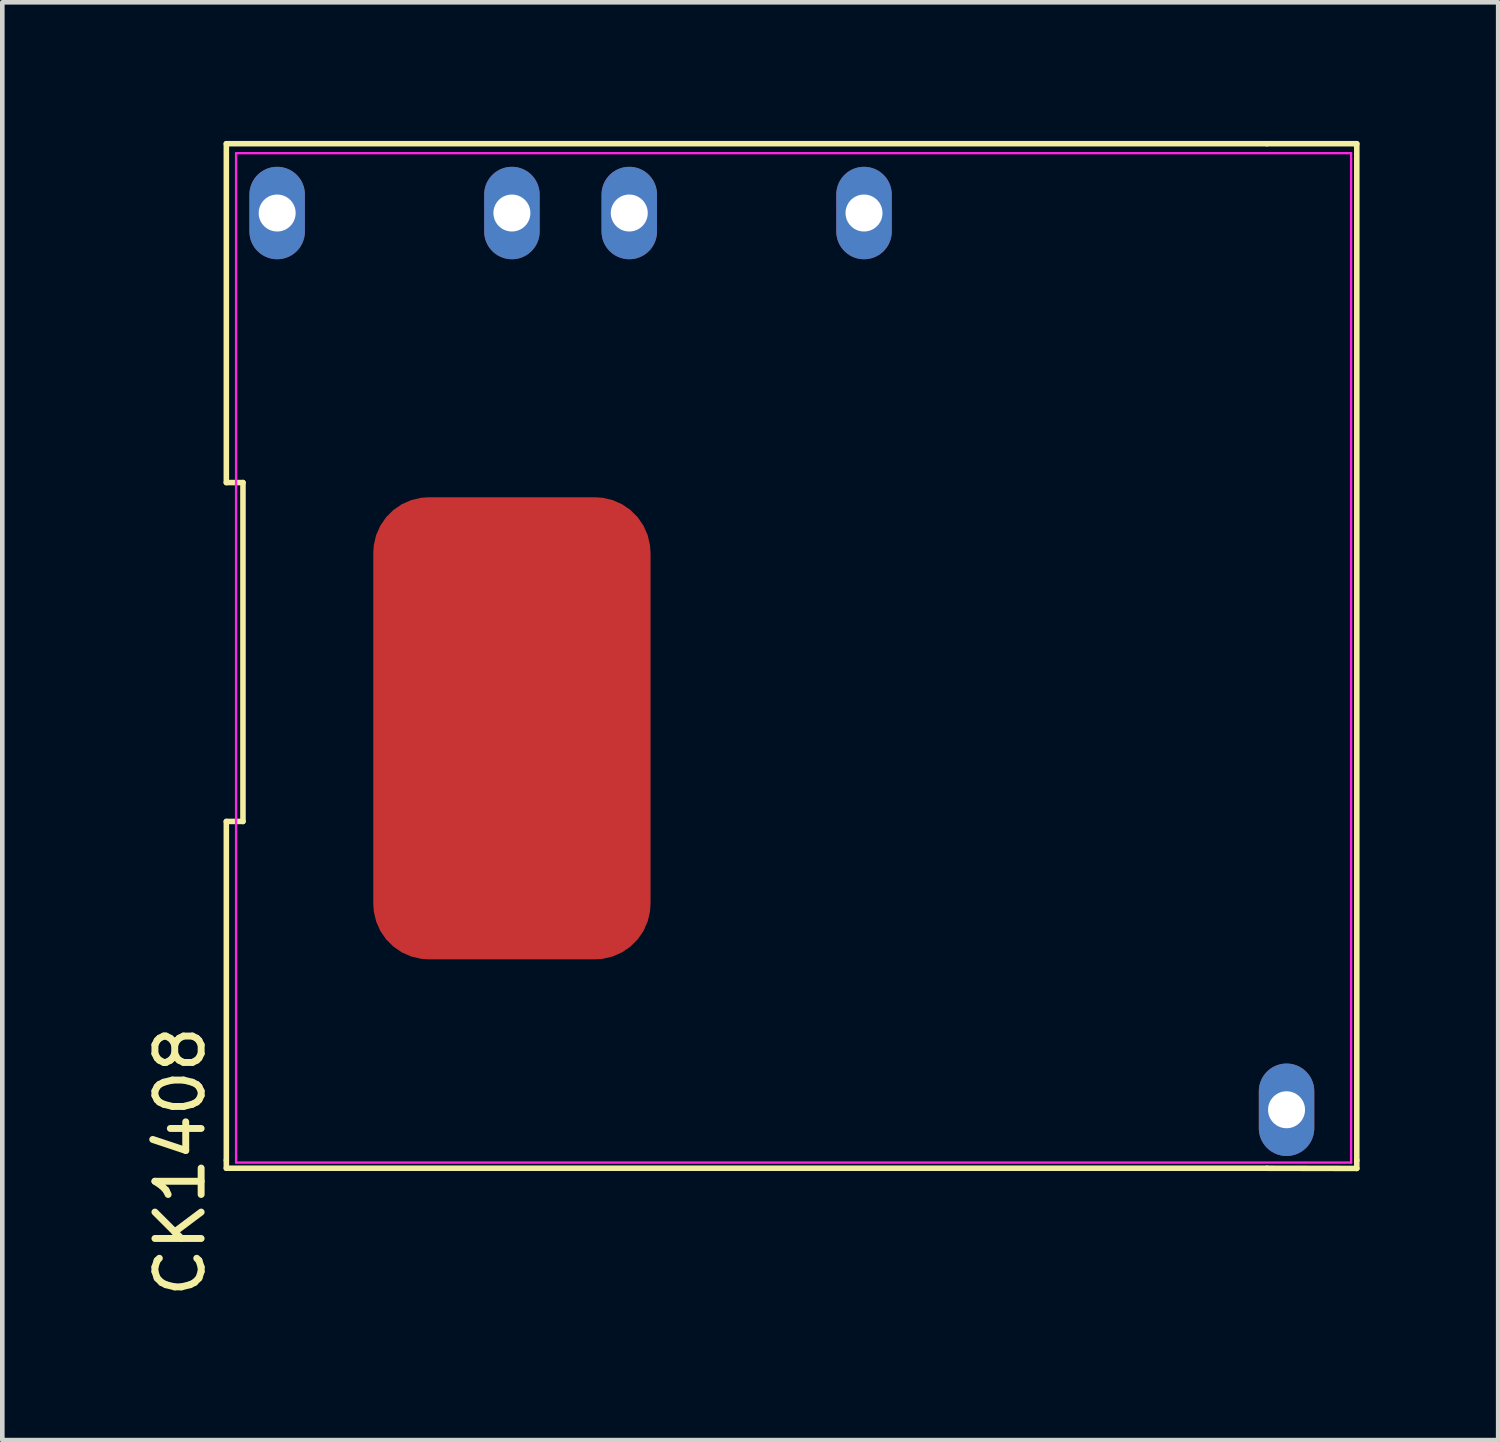
<source format=kicad_pcb>
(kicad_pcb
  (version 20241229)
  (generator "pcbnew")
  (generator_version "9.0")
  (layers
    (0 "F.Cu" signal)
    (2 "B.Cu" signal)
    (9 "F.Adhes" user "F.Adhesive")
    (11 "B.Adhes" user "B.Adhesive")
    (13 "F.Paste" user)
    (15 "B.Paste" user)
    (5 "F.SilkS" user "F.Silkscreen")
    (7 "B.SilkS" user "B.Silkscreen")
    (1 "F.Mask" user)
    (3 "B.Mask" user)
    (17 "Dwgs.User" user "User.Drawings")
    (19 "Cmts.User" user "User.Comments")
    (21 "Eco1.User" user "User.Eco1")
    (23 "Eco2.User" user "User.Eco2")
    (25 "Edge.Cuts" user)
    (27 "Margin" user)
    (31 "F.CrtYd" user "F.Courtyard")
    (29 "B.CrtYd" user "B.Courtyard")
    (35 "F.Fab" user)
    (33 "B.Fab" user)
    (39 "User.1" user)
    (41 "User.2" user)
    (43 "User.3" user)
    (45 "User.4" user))
  (footprint "CK1408"
    (layer "F.Cu")
    (at 13.108 11.06)
    (property "Reference" "CK1408" (at -12.26 11.025 90) (layer "F.SilkS") (effects (font (size 1 1) (thickness 0.15))))
    (fp_line (start -11.26 -11) (end -11.26 -3.667) (stroke (width 0.12) (type solid)) (layer "F.SilkS"))
    (fp_line (start -11.26 -3.667) (end -10.9 -3.667) (stroke (width 0.12) (type solid)) (layer "F.SilkS"))
    (fp_line (start -11.26 3.667) (end -11.26 11) (stroke (width 0.12) (type solid)) (layer "F.SilkS"))
    (fp_line (start -11.26 11) (end -11.26 11.172) (stroke (width 0.12) (type solid)) (layer "F.SilkS"))
    (fp_line (start -11.26 11.172) (end 11.26 11.172) (stroke (width 0.12) (type solid)) (layer "F.SilkS"))
    (fp_line (start -10.9 -3.667) (end -10.9 3.667) (stroke (width 0.12) (type solid)) (layer "F.SilkS"))
    (fp_line (start -10.9 3.667) (end -11.26 3.667) (stroke (width 0.12) (type solid)) (layer "F.SilkS"))
    (fp_line (start 11.26 -11) (end -11.26 -11) (stroke (width 0.12) (type solid)) (layer "F.SilkS"))
    (fp_line (start 11.26 -11) (end 13.157 -11) (stroke (width 0.12) (type solid)) (layer "F.SilkS"))
    (fp_line (start 11.26 11.172) (end 13.204 11.176) (stroke (width 0.12) (type solid)) (layer "F.SilkS"))
    (fp_line (start 13.157 -11) (end 13.204 -11) (stroke (width 0.12) (type solid)) (layer "F.SilkS"))
    (fp_line (start 13.204 11) (end 13.204 -11) (stroke (width 0.12) (type solid)) (layer "F.SilkS"))
    (fp_line (start 13.204 11) (end 13.204 11.176) (stroke (width 0.12) (type solid)) (layer "F.SilkS"))
    (fp_line (start -11.049 -10.795) (end 13.081 -10.795) (stroke (width 0.05) (type solid)) (layer "F.CrtYd"))
    (fp_line (start -11.049 11.049) (end -11.049 -10.795) (stroke (width 0.05) (type solid)) (layer "F.CrtYd"))
    (fp_line (start 13.081 -10.795) (end 13.081 11.049) (stroke (width 0.05) (type solid)) (layer "F.CrtYd"))
    (fp_line (start 13.081 11.049) (end -11.049 11.049) (stroke (width 0.05) (type solid)) (layer "F.CrtYd"))
    (pad "" smd roundrect (at -5.08 1.651) (size 6 10) (property pad_prop_heatsink) (layers "F.Cu" "F.Mask" "F.Paste") (roundrect_rratio 0.2) (chamfer_ratio 0.1) (chamfer))
    (pad "1" thru_hole oval (at -10.16 -9.5) (size 1.2 2) (drill 0.8) (layers "*.Cu" "*.Mask"))
    (pad "2" thru_hole oval (at -5.08 -9.5) (size 1.2 2) (drill 0.8) (layers "*.Cu" "*.Mask"))
    (pad "3" thru_hole oval (at -2.54 -9.5) (size 1.2 2) (drill 0.8) (layers "*.Cu" "*.Mask"))
    (pad "4" thru_hole oval (at 2.54 -9.5) (size 1.2 2) (drill 0.8) (layers "*.Cu" "*.Mask"))
    (pad "5" thru_hole oval (at 11.684 9.906) (size 1.2 2) (drill 0.8) (layers "*.Cu" "*.Mask")))
  (gr_rect
    (start -3 -3)
    (end 29.372 28.115)
    (stroke (width 0.1) (type default))
    (fill no)
    (layer "Edge.Cuts")))
</source>
